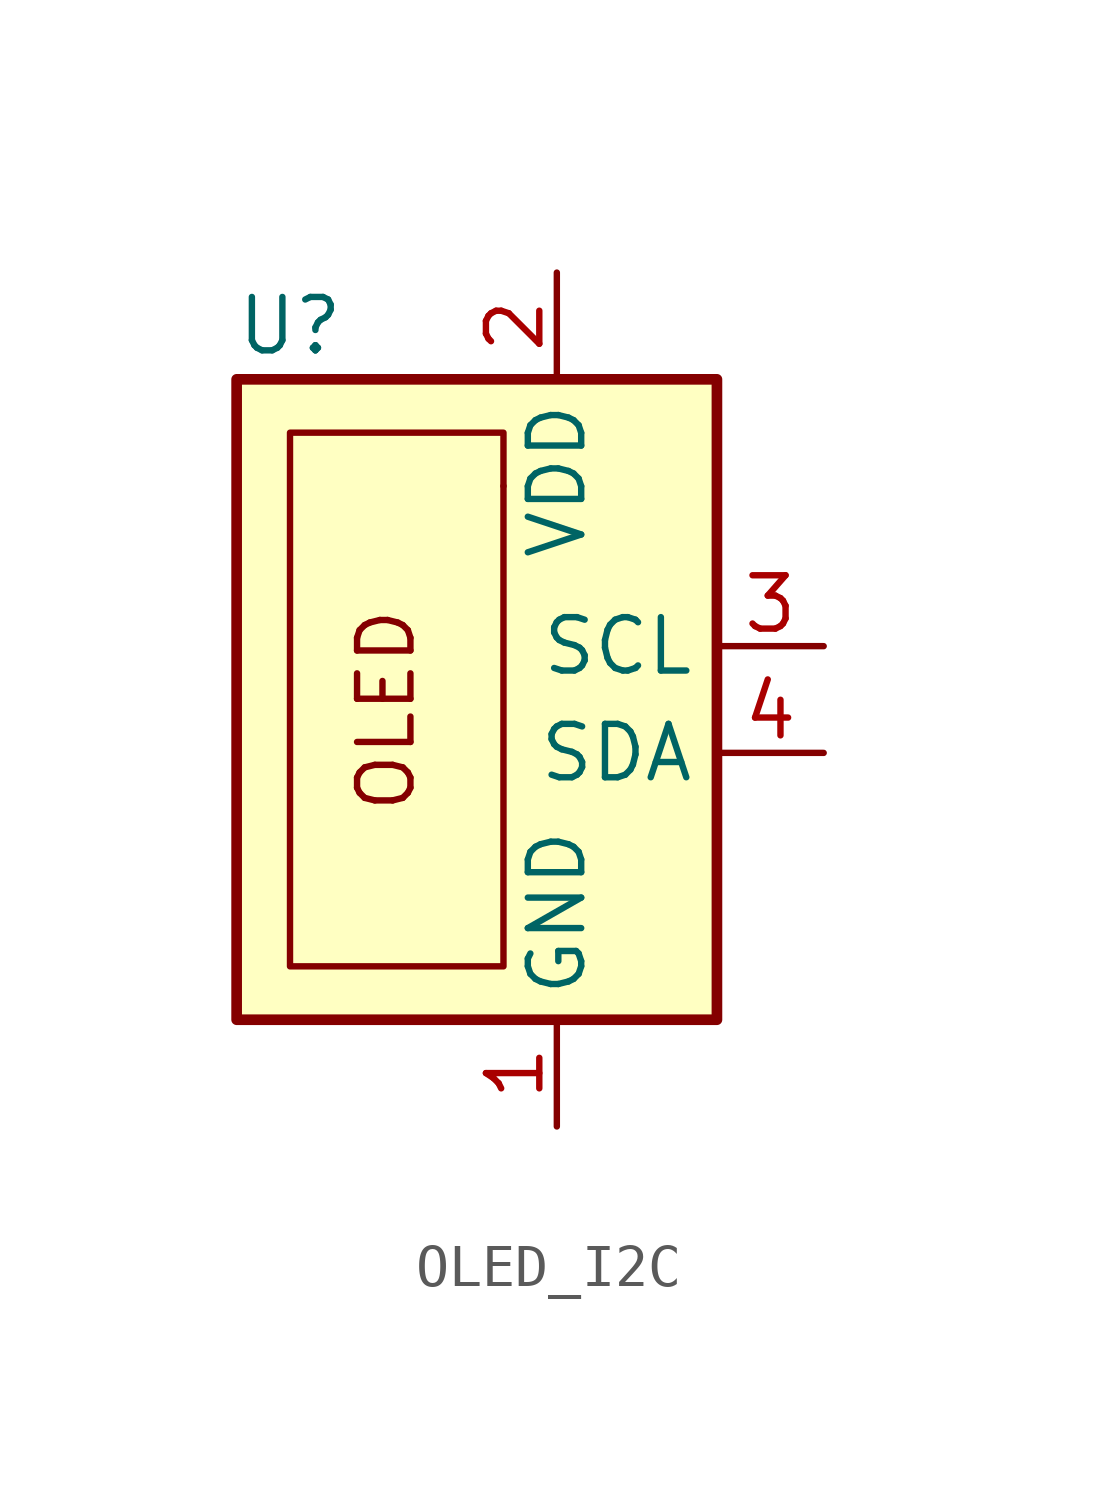
<source format=kicad_sym>
(kicad_symbol_lib
  (version 20241209)
  (generator "kicad_symbol_editor")
  (generator_version "9.0")
  (symbol "OLED_I2C"
    (property "Reference" "U"
      (at -6.35 8.89 0)
      (effects (font (size 1.27 1.27))))
    (property "Value" ""
      (at 7.112 -7.366 0)
      (effects (font (size 1.27 1.27))))
    (symbol "OLED_I2C_1_1"
      (rectangle (start -7.62 7.62) (end 3.81 -7.62) (stroke (width 0.254) (type default)) (fill (type background)))
      (rectangle (start -6.35 6.35) (end -1.27 -6.35) (stroke (width 0) (type default)) (fill (type none)))
      (polyline (pts (xy -1.27 5.08) (xy -1.27 5.08)) (stroke (width 0) (type default)) (fill (type color) (color 255 255 0 1)))
      (text "OLED" (at -4.064 -0.254 900) (effects (font (size 1.27 1.27))))
      (pin passive line (at 0 10.16 270) (length 2.54) (name "VDD" (effects (font (size 1.27 1.27)))) (number "2" (effects (font (size 1.27 1.27)))))
      (pin passive line (at 0 -10.16 90) (length 2.54) (name "GND" (effects (font (size 1.27 1.27)))) (number "1" (effects (font (size 1.27 1.27)))))
      (pin passive line (at 6.35 1.27 180) (length 2.54) (name "SCL" (effects (font (size 1.27 1.27)))) (number "3" (effects (font (size 1.27 1.27)))))
      (pin passive line (at 6.35 -1.27 180) (length 2.54) (name "SDA" (effects (font (size 1.27 1.27)))) (number "4" (effects (font (size 1.27 1.27))))))))
</source>
